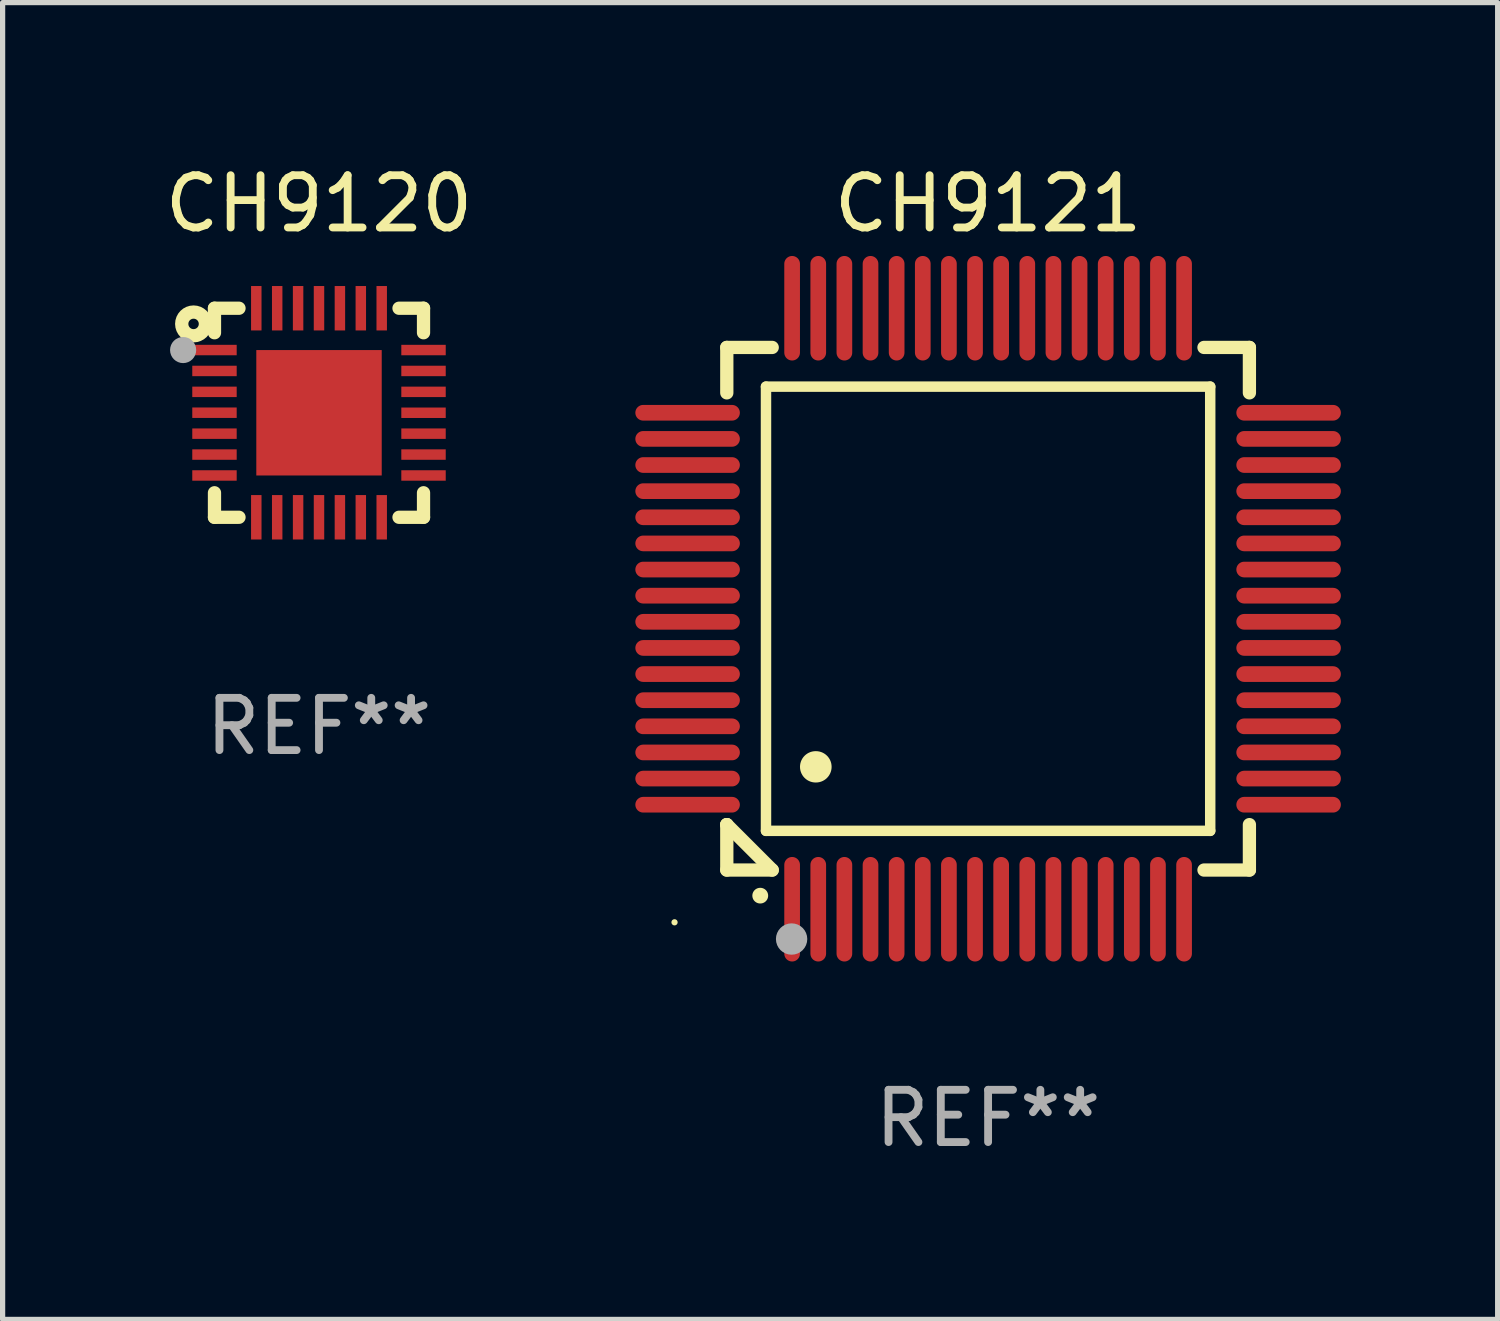
<source format=kicad_pcb>
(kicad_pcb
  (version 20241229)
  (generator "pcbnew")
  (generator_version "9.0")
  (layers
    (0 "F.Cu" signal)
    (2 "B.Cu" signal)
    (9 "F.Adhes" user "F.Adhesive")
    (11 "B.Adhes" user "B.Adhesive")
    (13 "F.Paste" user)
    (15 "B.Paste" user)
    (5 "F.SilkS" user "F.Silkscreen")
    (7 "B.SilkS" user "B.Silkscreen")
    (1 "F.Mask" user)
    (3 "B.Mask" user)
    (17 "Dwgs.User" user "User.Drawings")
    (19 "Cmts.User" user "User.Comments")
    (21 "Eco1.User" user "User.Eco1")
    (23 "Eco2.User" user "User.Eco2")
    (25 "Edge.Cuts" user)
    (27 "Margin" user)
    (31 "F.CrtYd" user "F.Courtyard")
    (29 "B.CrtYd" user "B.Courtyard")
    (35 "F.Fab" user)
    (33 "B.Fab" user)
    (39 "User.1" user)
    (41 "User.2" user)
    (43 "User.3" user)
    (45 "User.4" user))
  (footprint "CH9120"
    (layer "F.Cu")
    (at 3.054 4.848)
    (property "Reference" "CH9120" (at 0 -4 0) (layer "F.SilkS") (effects (font (size 1 1) (thickness 0.15))))
    (attr through_hole)
    (fp_line (start -2 -2) (end -1.531 -2) (stroke (width 0.254) (type solid)) (layer "F.SilkS"))
    (fp_line (start -2 -1.531) (end -2 -2) (stroke (width 0.254) (type solid)) (layer "F.SilkS"))
    (fp_line (start -2 2) (end -2 1.531) (stroke (width 0.254) (type solid)) (layer "F.SilkS"))
    (fp_line (start -1.531 2) (end -2 2) (stroke (width 0.254) (type solid)) (layer "F.SilkS"))
    (fp_line (start 1.531 -2) (end 2 -2) (stroke (width 0.254) (type solid)) (layer "F.SilkS"))
    (fp_line (start 2 -2) (end 2 -1.531) (stroke (width 0.254) (type solid)) (layer "F.SilkS"))
    (fp_line (start 2 1.531) (end 2 2) (stroke (width 0.254) (type solid)) (layer "F.SilkS"))
    (fp_line (start 2 2) (end 1.531 2) (stroke (width 0.254) (type solid)) (layer "F.SilkS"))
    (fp_circle (center -2.4 -1.7) (end -2.3 -1.7) (stroke (width 0.254) (type solid)) (fill no) (layer "F.SilkS"))
    (fp_circle (center -2 -2) (end -1.95 -2) (stroke (width 0.1) (type solid)) (fill no) (layer "F.SilkS"))
    (fp_circle (center -2.6 -1.2) (end -2.475 -1.2) (stroke (width 0.25) (type solid)) (fill no) (layer "F.Fab"))
    (fp_text user "REF**" (at 0 6 0) (layer "F.Fab") (effects (font (size 1 1) (thickness 0.15))))
    (pad "1" smd rect (at -2 -1.2) (size 0.85 0.2) (layers "F.Cu" "F.Mask" "F.Paste"))
    (pad "2" smd rect (at -2 -0.8) (size 0.85 0.2) (layers "F.Cu" "F.Mask" "F.Paste"))
    (pad "3" smd rect (at -2 -0.4) (size 0.85 0.2) (layers "F.Cu" "F.Mask" "F.Paste"))
    (pad "4" smd rect (at -2 -0.001) (size 0.85 0.2) (layers "F.Cu" "F.Mask" "F.Paste"))
    (pad "5" smd rect (at -2 0.4) (size 0.85 0.2) (layers "F.Cu" "F.Mask" "F.Paste"))
    (pad "6" smd rect (at -2 0.8) (size 0.85 0.2) (layers "F.Cu" "F.Mask" "F.Paste"))
    (pad "7" smd rect (at -2 1.2) (size 0.85 0.2) (layers "F.Cu" "F.Mask" "F.Paste"))
    (pad "8" smd rect (at -1.2 2) (size 0.2 0.85) (layers "F.Cu" "F.Mask" "F.Paste"))
    (pad "9" smd rect (at -0.8 2) (size 0.2 0.85) (layers "F.Cu" "F.Mask" "F.Paste"))
    (pad "10" smd rect (at -0.4 2) (size 0.2 0.85) (layers "F.Cu" "F.Mask" "F.Paste"))
    (pad "11" smd rect (at -0.000051 2) (size 0.2 0.85) (layers "F.Cu" "F.Mask" "F.Paste"))
    (pad "12" smd rect (at 0.4 2) (size 0.2 0.85) (layers "F.Cu" "F.Mask" "F.Paste"))
    (pad "13" smd rect (at 0.8 2) (size 0.2 0.85) (layers "F.Cu" "F.Mask" "F.Paste"))
    (pad "14" smd rect (at 1.2 2) (size 0.2 0.85) (layers "F.Cu" "F.Mask" "F.Paste"))
    (pad "15" smd rect (at 2 1.2) (size 0.85 0.2) (layers "F.Cu" "F.Mask" "F.Paste"))
    (pad "16" smd rect (at 2 0.8) (size 0.85 0.2) (layers "F.Cu" "F.Mask" "F.Paste"))
    (pad "17" smd rect (at 2 0.4) (size 0.85 0.2) (layers "F.Cu" "F.Mask" "F.Paste"))
    (pad "18" smd rect (at 2 0.000025) (size 0.85 0.2) (layers "F.Cu" "F.Mask" "F.Paste"))
    (pad "19" smd rect (at 2 -0.4) (size 0.85 0.2) (layers "F.Cu" "F.Mask" "F.Paste"))
    (pad "20" smd rect (at 2 -0.8) (size 0.85 0.2) (layers "F.Cu" "F.Mask" "F.Paste"))
    (pad "21" smd rect (at 2 -1.2) (size 0.85 0.2) (layers "F.Cu" "F.Mask" "F.Paste"))
    (pad "22" smd rect (at 1.2 -2) (size 0.2 0.85) (layers "F.Cu" "F.Mask" "F.Paste"))
    (pad "23" smd rect (at 0.8 -2) (size 0.2 0.85) (layers "F.Cu" "F.Mask" "F.Paste"))
    (pad "24" smd rect (at 0.4 -2) (size 0.2 0.85) (layers "F.Cu" "F.Mask" "F.Paste"))
    (pad "25" smd rect (at -0.000051 -2) (size 0.2 0.85) (layers "F.Cu" "F.Mask" "F.Paste"))
    (pad "26" smd rect (at -0.4 -2) (size 0.2 0.85) (layers "F.Cu" "F.Mask" "F.Paste"))
    (pad "27" smd rect (at -0.8 -2) (size 0.2 0.85) (layers "F.Cu" "F.Mask" "F.Paste"))
    (pad "28" smd rect (at -1.2 -2) (size 0.2 0.85) (layers "F.Cu" "F.Mask" "F.Paste"))
    (pad "29" smd rect (at 0.000203 0.000279) (size 2.4 2.4) (layers "F.Cu" "F.Mask" "F.Paste")))
  (footprint "CH9121"
    (layer "F.Cu")
    (at 15.857 8.598)
    (property "Reference" "CH9121" (at 0 -7.75 0) (layer "F.SilkS") (effects (font (size 1 1) (thickness 0.15))))
    (attr through_hole)
    (fp_line (start -5 -5) (end -4.131 -5) (stroke (width 0.254) (type solid)) (layer "F.SilkS"))
    (fp_line (start -5 -4.131) (end -5 -5) (stroke (width 0.254) (type solid)) (layer "F.SilkS"))
    (fp_line (start -5 4.131) (end -5 4.131) (stroke (width 0.254) (type solid)) (layer "F.SilkS"))
    (fp_line (start -5 5) (end -5 4.131) (stroke (width 0.254) (type solid)) (layer "F.SilkS"))
    (fp_line (start -5 4.131) (end -4.131 5) (stroke (width 0.254) (type solid)) (layer "F.SilkS"))
    (fp_line (start -4.25 -4.25) (end -4.25 4.25) (stroke (width 0.2) (type solid)) (layer "F.SilkS"))
    (fp_line (start -4.25 4.25) (end 4.25 4.25) (stroke (width 0.2) (type solid)) (layer "F.SilkS"))
    (fp_line (start -4.131 5) (end -5 5) (stroke (width 0.254) (type solid)) (layer "F.SilkS"))
    (fp_line (start 4.25 -4.25) (end -4.25 -4.25) (stroke (width 0.2) (type solid)) (layer "F.SilkS"))
    (fp_line (start 4.25 4.25) (end 4.25 -4.25) (stroke (width 0.2) (type solid)) (layer "F.SilkS"))
    (fp_line (start 5 -5) (end 4.131 -5) (stroke (width 0.254) (type solid)) (layer "F.SilkS"))
    (fp_line (start 5 -5) (end 5 -4.131) (stroke (width 0.254) (type solid)) (layer "F.SilkS"))
    (fp_line (start 5 4.131) (end 5 5) (stroke (width 0.254) (type solid)) (layer "F.SilkS"))
    (fp_line (start 5 5) (end 4.131 5) (stroke (width 0.254) (type solid)) (layer "F.SilkS"))
    (fp_arc (start -4.361265 5.489992) (mid -4.359995 5.489987) (end -4.358725 5.489992) (stroke (width 0.3) (type solid)) (layer "F.SilkS"))
    (fp_arc (start -3.299467 3.025146) (mid -3.296927 3.025135) (end -3.294387 3.025146) (stroke (width 0.6) (type solid)) (layer "F.SilkS"))
    (fp_circle (center -6 6) (end -5.97 6) (stroke (width 0.06) (type solid)) (fill no) (layer "F.SilkS"))
    (fp_circle (center -3.76 6.32) (end -3.61 6.32) (stroke (width 0.3) (type solid)) (fill no) (layer "F.Fab"))
    (fp_text user "REF**" (at 0 9.75 0) (layer "F.Fab") (effects (font (size 1 1) (thickness 0.15))))
    (pad "1" smd oval (at -3.75 5.75) (size 0.3 2) (layers "F.Cu" "F.Mask" "F.Paste"))
    (pad "2" smd oval (at -3.25 5.75) (size 0.3 2) (layers "F.Cu" "F.Mask" "F.Paste"))
    (pad "3" smd oval (at -2.75 5.75) (size 0.3 2) (layers "F.Cu" "F.Mask" "F.Paste"))
    (pad "4" smd oval (at -2.25 5.75) (size 0.3 2) (layers "F.Cu" "F.Mask" "F.Paste"))
    (pad "5" smd oval (at -1.75 5.75) (size 0.3 2) (layers "F.Cu" "F.Mask" "F.Paste"))
    (pad "6" smd oval (at -1.25 5.75) (size 0.3 2) (layers "F.Cu" "F.Mask" "F.Paste"))
    (pad "7" smd oval (at -0.75 5.75) (size 0.3 2) (layers "F.Cu" "F.Mask" "F.Paste"))
    (pad "8" smd oval (at -0.25 5.75) (size 0.3 2) (layers "F.Cu" "F.Mask" "F.Paste"))
    (pad "9" smd oval (at 0.25 5.75) (size 0.3 2) (layers "F.Cu" "F.Mask" "F.Paste"))
    (pad "10" smd oval (at 0.75 5.75) (size 0.3 2) (layers "F.Cu" "F.Mask" "F.Paste"))
    (pad "11" smd oval (at 1.25 5.75) (size 0.3 2) (layers "F.Cu" "F.Mask" "F.Paste"))
    (pad "12" smd oval (at 1.75 5.75) (size 0.3 2) (layers "F.Cu" "F.Mask" "F.Paste"))
    (pad "13" smd oval (at 2.25 5.75) (size 0.3 2) (layers "F.Cu" "F.Mask" "F.Paste"))
    (pad "14" smd oval (at 2.75 5.75) (size 0.3 2) (layers "F.Cu" "F.Mask" "F.Paste"))
    (pad "15" smd oval (at 3.25 5.75) (size 0.3 2) (layers "F.Cu" "F.Mask" "F.Paste"))
    (pad "16" smd oval (at 3.75 5.75) (size 0.3 2) (layers "F.Cu" "F.Mask" "F.Paste"))
    (pad "17" smd oval (at 5.75 3.75) (size 2 0.3) (layers "F.Cu" "F.Mask" "F.Paste"))
    (pad "18" smd oval (at 5.75 3.25) (size 2 0.3) (layers "F.Cu" "F.Mask" "F.Paste"))
    (pad "19" smd oval (at 5.75 2.75) (size 2 0.3) (layers "F.Cu" "F.Mask" "F.Paste"))
    (pad "20" smd oval (at 5.75 2.25) (size 2 0.3) (layers "F.Cu" "F.Mask" "F.Paste"))
    (pad "21" smd oval (at 5.75 1.75) (size 2 0.3) (layers "F.Cu" "F.Mask" "F.Paste"))
    (pad "22" smd oval (at 5.75 1.25) (size 2 0.3) (layers "F.Cu" "F.Mask" "F.Paste"))
    (pad "23" smd oval (at 5.75 0.75) (size 2 0.3) (layers "F.Cu" "F.Mask" "F.Paste"))
    (pad "24" smd oval (at 5.75 0.25) (size 2 0.3) (layers "F.Cu" "F.Mask" "F.Paste"))
    (pad "25" smd oval (at 5.75 -0.25) (size 2 0.3) (layers "F.Cu" "F.Mask" "F.Paste"))
    (pad "26" smd oval (at 5.75 -0.75) (size 2 0.3) (layers "F.Cu" "F.Mask" "F.Paste"))
    (pad "27" smd oval (at 5.75 -1.25) (size 2 0.3) (layers "F.Cu" "F.Mask" "F.Paste"))
    (pad "28" smd oval (at 5.75 -1.75) (size 2 0.3) (layers "F.Cu" "F.Mask" "F.Paste"))
    (pad "29" smd oval (at 5.75 -2.25) (size 2 0.3) (layers "F.Cu" "F.Mask" "F.Paste"))
    (pad "30" smd oval (at 5.75 -2.75) (size 2 0.3) (layers "F.Cu" "F.Mask" "F.Paste"))
    (pad "31" smd oval (at 5.75 -3.25) (size 2 0.3) (layers "F.Cu" "F.Mask" "F.Paste"))
    (pad "32" smd oval (at 5.75 -3.75) (size 2 0.3) (layers "F.Cu" "F.Mask" "F.Paste"))
    (pad "33" smd oval (at 3.75 -5.75) (size 0.3 2) (layers "F.Cu" "F.Mask" "F.Paste"))
    (pad "34" smd oval (at 3.25 -5.75) (size 0.3 2) (layers "F.Cu" "F.Mask" "F.Paste"))
    (pad "35" smd oval (at 2.75 -5.75) (size 0.3 2) (layers "F.Cu" "F.Mask" "F.Paste"))
    (pad "36" smd oval (at 2.25 -5.75) (size 0.3 2) (layers "F.Cu" "F.Mask" "F.Paste"))
    (pad "37" smd oval (at 1.75 -5.75) (size 0.3 2) (layers "F.Cu" "F.Mask" "F.Paste"))
    (pad "38" smd oval (at 1.25 -5.75) (size 0.3 2) (layers "F.Cu" "F.Mask" "F.Paste"))
    (pad "39" smd oval (at 0.75 -5.75) (size 0.3 2) (layers "F.Cu" "F.Mask" "F.Paste"))
    (pad "40" smd oval (at 0.25 -5.75) (size 0.3 2) (layers "F.Cu" "F.Mask" "F.Paste"))
    (pad "41" smd oval (at -0.25 -5.75) (size 0.3 2) (layers "F.Cu" "F.Mask" "F.Paste"))
    (pad "42" smd oval (at -0.75 -5.75) (size 0.3 2) (layers "F.Cu" "F.Mask" "F.Paste"))
    (pad "43" smd oval (at -1.25 -5.75) (size 0.3 2) (layers "F.Cu" "F.Mask" "F.Paste"))
    (pad "44" smd oval (at -1.75 -5.75) (size 0.3 2) (layers "F.Cu" "F.Mask" "F.Paste"))
    (pad "45" smd oval (at -2.25 -5.75) (size 0.3 2) (layers "F.Cu" "F.Mask" "F.Paste"))
    (pad "46" smd oval (at -2.75 -5.75) (size 0.3 2) (layers "F.Cu" "F.Mask" "F.Paste"))
    (pad "47" smd oval (at -3.25 -5.75) (size 0.3 2) (layers "F.Cu" "F.Mask" "F.Paste"))
    (pad "48" smd oval (at -3.75 -5.75) (size 0.3 2) (layers "F.Cu" "F.Mask" "F.Paste"))
    (pad "49" smd oval (at -5.75 -3.75) (size 2 0.3) (layers "F.Cu" "F.Mask" "F.Paste"))
    (pad "50" smd oval (at -5.75 -3.25) (size 2 0.3) (layers "F.Cu" "F.Mask" "F.Paste"))
    (pad "51" smd oval (at -5.75 -2.75) (size 2 0.3) (layers "F.Cu" "F.Mask" "F.Paste"))
    (pad "52" smd oval (at -5.75 -2.25) (size 2 0.3) (layers "F.Cu" "F.Mask" "F.Paste"))
    (pad "53" smd oval (at -5.75 -1.75) (size 2 0.3) (layers "F.Cu" "F.Mask" "F.Paste"))
    (pad "54" smd oval (at -5.75 -1.25) (size 2 0.3) (layers "F.Cu" "F.Mask" "F.Paste"))
    (pad "55" smd oval (at -5.75 -0.75) (size 2 0.3) (layers "F.Cu" "F.Mask" "F.Paste"))
    (pad "56" smd oval (at -5.75 -0.25) (size 2 0.3) (layers "F.Cu" "F.Mask" "F.Paste"))
    (pad "57" smd oval (at -5.75 0.25) (size 2 0.3) (layers "F.Cu" "F.Mask" "F.Paste"))
    (pad "58" smd oval (at -5.75 0.75) (size 2 0.3) (layers "F.Cu" "F.Mask" "F.Paste"))
    (pad "59" smd oval (at -5.75 1.25) (size 2 0.3) (layers "F.Cu" "F.Mask" "F.Paste"))
    (pad "60" smd oval (at -5.75 1.75) (size 2 0.3) (layers "F.Cu" "F.Mask" "F.Paste"))
    (pad "61" smd oval (at -5.75 2.25) (size 2 0.3) (layers "F.Cu" "F.Mask" "F.Paste"))
    (pad "62" smd oval (at -5.75 2.75) (size 2 0.3) (layers "F.Cu" "F.Mask" "F.Paste"))
    (pad "63" smd oval (at -5.75 3.25) (size 2 0.3) (layers "F.Cu" "F.Mask" "F.Paste"))
    (pad "64" smd oval (at -5.75 3.75) (size 2 0.3) (layers "F.Cu" "F.Mask" "F.Paste")))
  (gr_rect
    (start -3 -3)
    (end 25.607 22.196)
    (stroke (width 0.1) (type default))
    (fill no)
    (layer "Edge.Cuts")))
</source>
